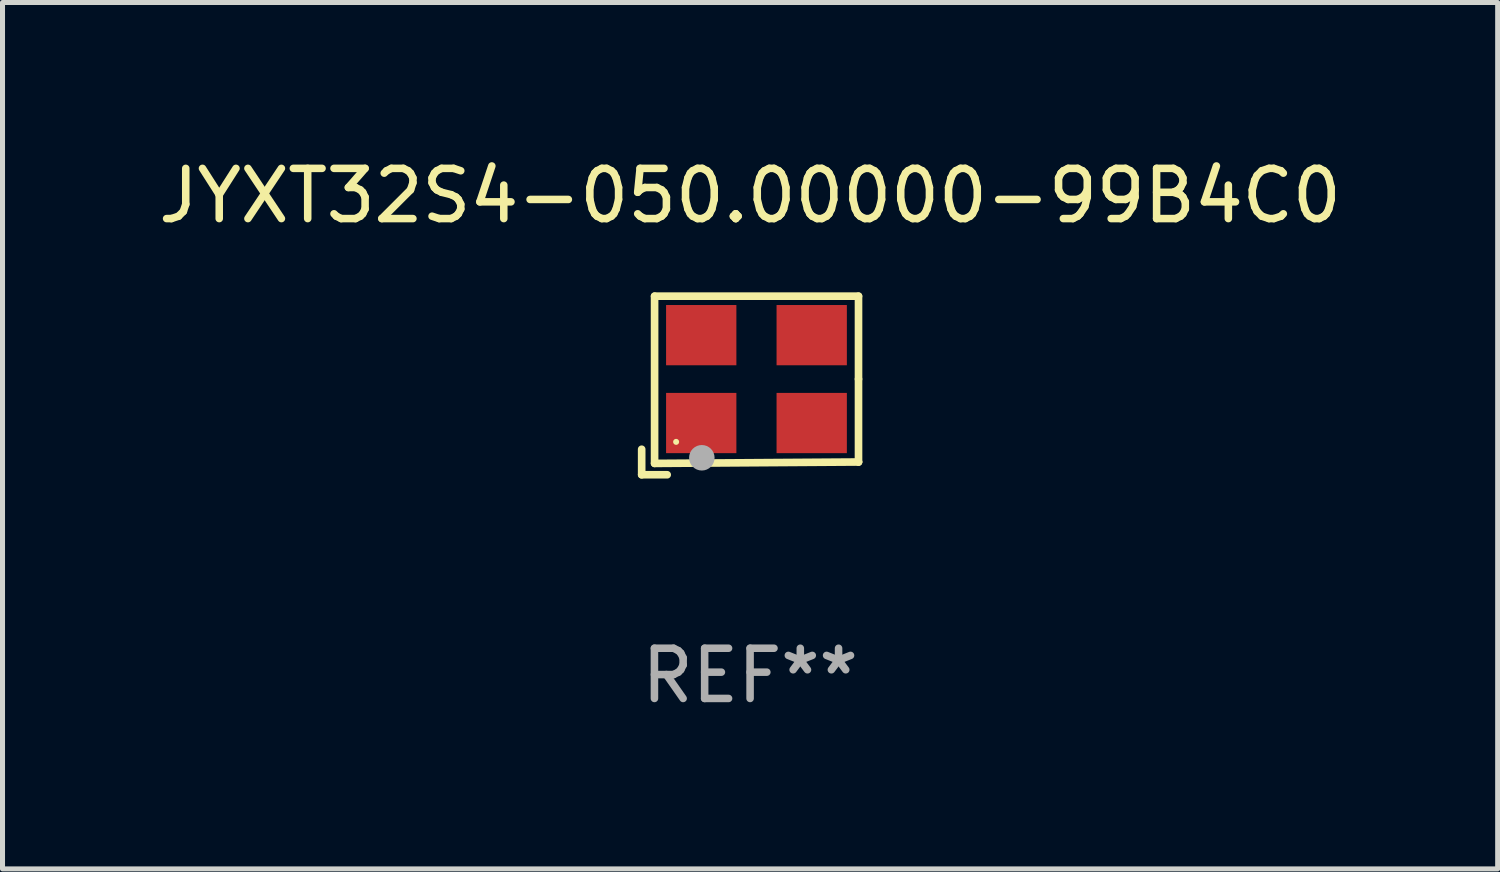
<source format=kicad_pcb>
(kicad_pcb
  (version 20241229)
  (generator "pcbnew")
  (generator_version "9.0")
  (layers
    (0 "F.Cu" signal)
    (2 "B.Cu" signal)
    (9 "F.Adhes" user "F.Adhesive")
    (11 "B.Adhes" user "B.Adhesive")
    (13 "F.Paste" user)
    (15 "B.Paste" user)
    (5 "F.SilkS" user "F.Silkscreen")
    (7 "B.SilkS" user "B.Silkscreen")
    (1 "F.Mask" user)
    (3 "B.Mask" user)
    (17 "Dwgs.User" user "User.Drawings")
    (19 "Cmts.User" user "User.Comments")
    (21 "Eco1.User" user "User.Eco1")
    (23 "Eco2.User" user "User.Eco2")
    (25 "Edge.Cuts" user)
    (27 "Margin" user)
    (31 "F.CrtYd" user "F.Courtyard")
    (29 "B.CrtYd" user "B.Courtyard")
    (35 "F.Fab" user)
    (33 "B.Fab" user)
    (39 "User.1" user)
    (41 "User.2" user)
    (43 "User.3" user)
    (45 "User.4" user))
  (footprint "JYXT32S4-050.00000-99B4C0"
    (layer "F.Cu")
    (at 11.887 4.626)
    (property "Reference" "JYXT32S4-050.00000-99B4C0" (at 0 -3.778 0) (layer "F.SilkS") (effects (font (size 1 1) (thickness 0.15))))
    (attr through_hole)
    (fp_line (start -2.159 1.27) (end -2.159 1.778) (stroke (width 0.152) (type solid)) (layer "F.SilkS"))
    (fp_line (start -2.159 1.778) (end -1.651 1.778) (stroke (width 0.152) (type solid)) (layer "F.SilkS"))
    (fp_line (start -1.902 -1.778) (end 2.159 -1.778) (stroke (width 0.152) (type solid)) (layer "F.SilkS"))
    (fp_line (start -1.902 1.552) (end -1.902 -1.778) (stroke (width 0.152) (type solid)) (layer "F.SilkS"))
    (fp_line (start 2.159 -1.778) (end 2.159 -0.127) (stroke (width 0.152) (type solid)) (layer "F.SilkS"))
    (fp_line (start 2.159 -0.127) (end 2.159 1.524) (stroke (width 0.152) (type solid)) (layer "F.SilkS"))
    (fp_line (start 2.159 1.524) (end -1.902 1.552) (stroke (width 0.152) (type solid)) (layer "F.SilkS"))
    (fp_line (start 2.159 1.524) (end 2.159 1.524) (stroke (width 0.152) (type solid)) (layer "F.SilkS"))
    (fp_circle (center -1.473 1.123) (end -1.443 1.123) (stroke (width 0.06) (type solid)) (fill no) (layer "F.SilkS"))
    (fp_circle (center -0.961 1.44) (end -0.834 1.44) (stroke (width 0.254) (type solid)) (fill no) (layer "F.Fab"))
    (fp_text user "REF**" (at 0 5.778 0) (layer "F.Fab") (effects (font (size 1 1) (thickness 0.15))))
    (pad "1" smd rect (at -0.973 0.748) (size 1.4 1.2) (layers "F.Cu" "F.Mask" "F.Paste"))
    (pad "2" smd rect (at 1.227 0.748) (size 1.4 1.2) (layers "F.Cu" "F.Mask" "F.Paste"))
    (pad "3" smd rect (at 1.227 -1.002) (size 1.4 1.2) (layers "F.Cu" "F.Mask" "F.Paste"))
    (pad "4" smd rect (at -0.973 -1.002) (size 1.4 1.2) (layers "F.Cu" "F.Mask" "F.Paste")))
  (gr_rect
    (start -3 -3)
    (end 26.774 14.253)
    (stroke (width 0.1) (type default))
    (fill no)
    (layer "Edge.Cuts")))
</source>
